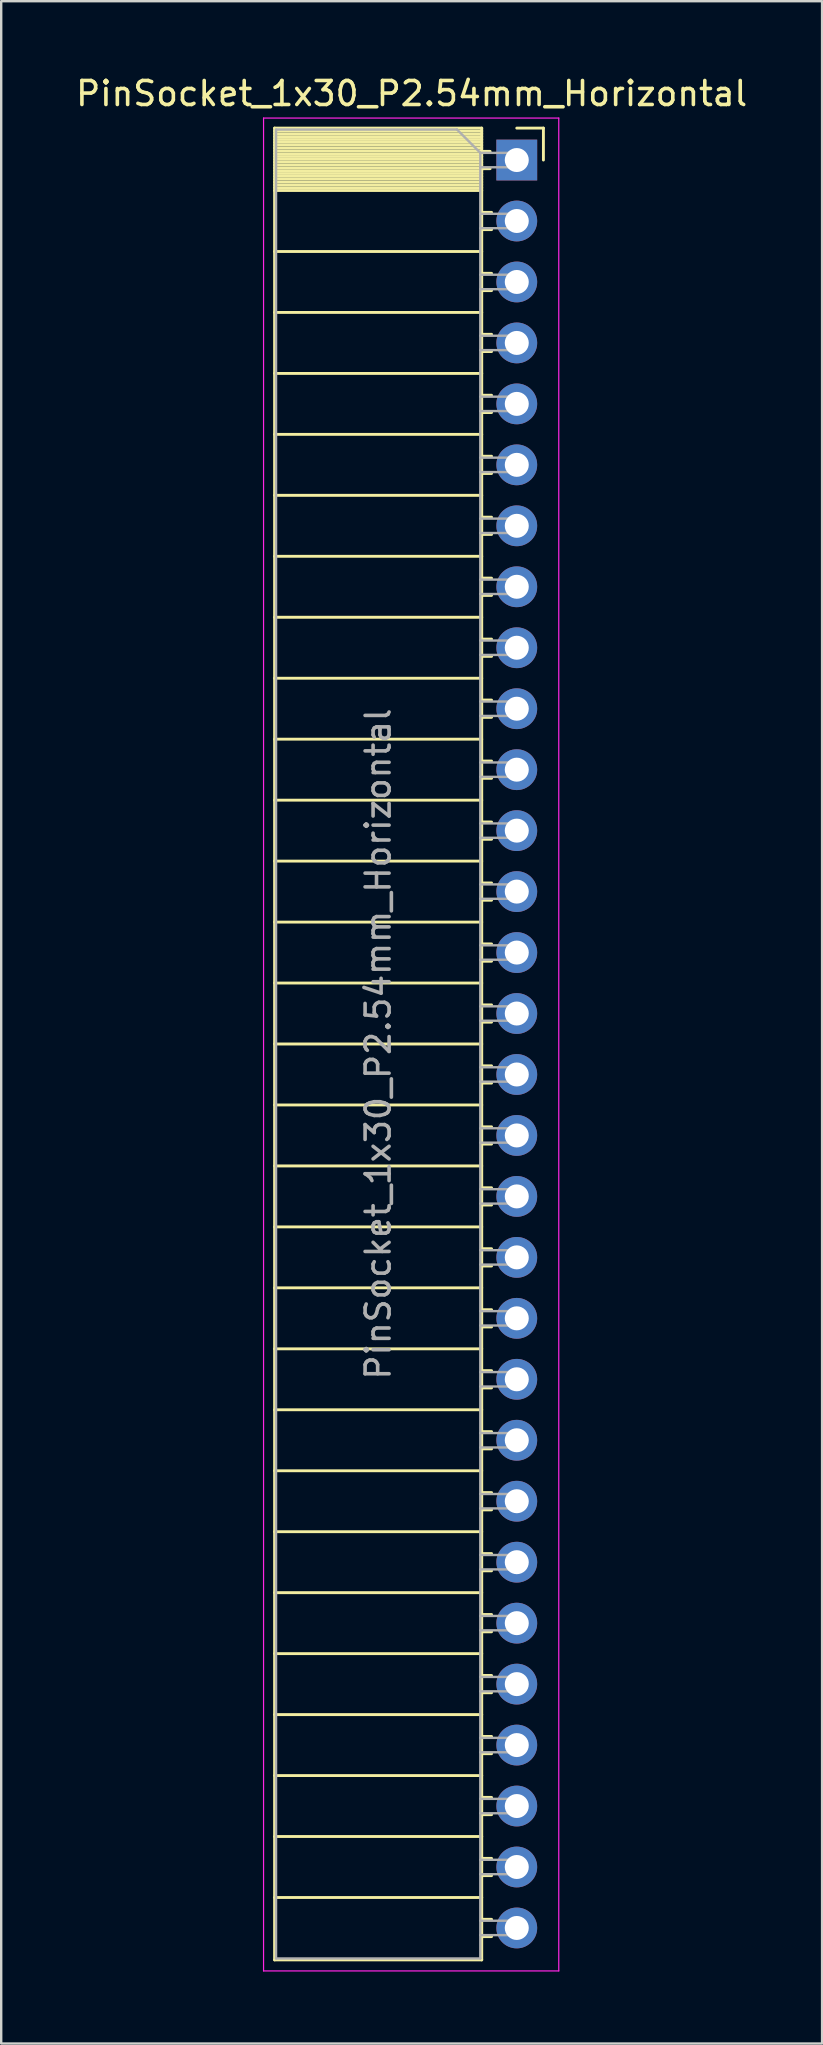
<source format=kicad_pcb>
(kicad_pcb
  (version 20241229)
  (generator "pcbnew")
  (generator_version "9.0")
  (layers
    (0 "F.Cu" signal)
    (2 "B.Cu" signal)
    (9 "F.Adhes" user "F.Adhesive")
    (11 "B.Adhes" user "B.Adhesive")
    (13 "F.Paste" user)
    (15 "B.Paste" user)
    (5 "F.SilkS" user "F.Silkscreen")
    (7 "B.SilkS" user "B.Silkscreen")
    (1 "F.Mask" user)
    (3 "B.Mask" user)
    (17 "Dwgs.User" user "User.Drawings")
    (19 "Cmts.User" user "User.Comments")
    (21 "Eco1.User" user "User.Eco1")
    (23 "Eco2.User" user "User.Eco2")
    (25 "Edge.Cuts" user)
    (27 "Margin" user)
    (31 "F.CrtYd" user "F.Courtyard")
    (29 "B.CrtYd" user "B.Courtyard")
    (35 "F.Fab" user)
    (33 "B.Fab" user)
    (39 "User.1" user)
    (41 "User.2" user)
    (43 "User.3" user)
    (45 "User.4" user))
  (footprint "PinSocket_1x30_P2.54mm_Horizontal"
    (layer "F.Cu")
    (at 18.481 3.618)
    (property "Reference" "PinSocket_1x30_P2.54mm_Horizontal" (at -4.38 -2.77 0) (layer "F.SilkS") (effects (font (size 1 1) (thickness 0.15))))
    (attr through_hole)
    (fp_line (start -10.09 -1.33) (end -10.09 74.99) (stroke (width 0.12) (type solid)) (layer "F.SilkS"))
    (fp_line (start -10.09 -1.33) (end -1.46 -1.33) (stroke (width 0.12) (type solid)) (layer "F.SilkS"))
    (fp_line (start -10.09 -1.21) (end -1.46 -1.21) (stroke (width 0.12) (type solid)) (layer "F.SilkS"))
    (fp_line (start -10.09 -1.092) (end -1.46 -1.092) (stroke (width 0.12) (type solid)) (layer "F.SilkS"))
    (fp_line (start -10.09 -0.974) (end -1.46 -0.974) (stroke (width 0.12) (type solid)) (layer "F.SilkS"))
    (fp_line (start -10.09 -0.856) (end -1.46 -0.856) (stroke (width 0.12) (type solid)) (layer "F.SilkS"))
    (fp_line (start -10.09 -0.738) (end -1.46 -0.738) (stroke (width 0.12) (type solid)) (layer "F.SilkS"))
    (fp_line (start -10.09 -0.62) (end -1.46 -0.62) (stroke (width 0.12) (type solid)) (layer "F.SilkS"))
    (fp_line (start -10.09 -0.501) (end -1.46 -0.501) (stroke (width 0.12) (type solid)) (layer "F.SilkS"))
    (fp_line (start -10.09 -0.383) (end -1.46 -0.383) (stroke (width 0.12) (type solid)) (layer "F.SilkS"))
    (fp_line (start -10.09 -0.265) (end -1.46 -0.265) (stroke (width 0.12) (type solid)) (layer "F.SilkS"))
    (fp_line (start -10.09 -0.147) (end -1.46 -0.147) (stroke (width 0.12) (type solid)) (layer "F.SilkS"))
    (fp_line (start -10.09 -0.029) (end -1.46 -0.029) (stroke (width 0.12) (type solid)) (layer "F.SilkS"))
    (fp_line (start -10.09 0.089) (end -1.46 0.089) (stroke (width 0.12) (type solid)) (layer "F.SilkS"))
    (fp_line (start -10.09 0.207) (end -1.46 0.207) (stroke (width 0.12) (type solid)) (layer "F.SilkS"))
    (fp_line (start -10.09 0.325) (end -1.46 0.325) (stroke (width 0.12) (type solid)) (layer "F.SilkS"))
    (fp_line (start -10.09 0.443) (end -1.46 0.443) (stroke (width 0.12) (type solid)) (layer "F.SilkS"))
    (fp_line (start -10.09 0.561) (end -1.46 0.561) (stroke (width 0.12) (type solid)) (layer "F.SilkS"))
    (fp_line (start -10.09 0.68) (end -1.46 0.68) (stroke (width 0.12) (type solid)) (layer "F.SilkS"))
    (fp_line (start -10.09 0.798) (end -1.46 0.798) (stroke (width 0.12) (type solid)) (layer "F.SilkS"))
    (fp_line (start -10.09 0.916) (end -1.46 0.916) (stroke (width 0.12) (type solid)) (layer "F.SilkS"))
    (fp_line (start -10.09 1.034) (end -1.46 1.034) (stroke (width 0.12) (type solid)) (layer "F.SilkS"))
    (fp_line (start -10.09 1.152) (end -1.46 1.152) (stroke (width 0.12) (type solid)) (layer "F.SilkS"))
    (fp_line (start -10.09 1.27) (end -1.46 1.27) (stroke (width 0.12) (type solid)) (layer "F.SilkS"))
    (fp_line (start -10.09 3.81) (end -1.46 3.81) (stroke (width 0.12) (type solid)) (layer "F.SilkS"))
    (fp_line (start -10.09 6.35) (end -1.46 6.35) (stroke (width 0.12) (type solid)) (layer "F.SilkS"))
    (fp_line (start -10.09 8.89) (end -1.46 8.89) (stroke (width 0.12) (type solid)) (layer "F.SilkS"))
    (fp_line (start -10.09 11.43) (end -1.46 11.43) (stroke (width 0.12) (type solid)) (layer "F.SilkS"))
    (fp_line (start -10.09 13.97) (end -1.46 13.97) (stroke (width 0.12) (type solid)) (layer "F.SilkS"))
    (fp_line (start -10.09 16.51) (end -1.46 16.51) (stroke (width 0.12) (type solid)) (layer "F.SilkS"))
    (fp_line (start -10.09 19.05) (end -1.46 19.05) (stroke (width 0.12) (type solid)) (layer "F.SilkS"))
    (fp_line (start -10.09 21.59) (end -1.46 21.59) (stroke (width 0.12) (type solid)) (layer "F.SilkS"))
    (fp_line (start -10.09 24.13) (end -1.46 24.13) (stroke (width 0.12) (type solid)) (layer "F.SilkS"))
    (fp_line (start -10.09 26.67) (end -1.46 26.67) (stroke (width 0.12) (type solid)) (layer "F.SilkS"))
    (fp_line (start -10.09 29.21) (end -1.46 29.21) (stroke (width 0.12) (type solid)) (layer "F.SilkS"))
    (fp_line (start -10.09 31.75) (end -1.46 31.75) (stroke (width 0.12) (type solid)) (layer "F.SilkS"))
    (fp_line (start -10.09 34.29) (end -1.46 34.29) (stroke (width 0.12) (type solid)) (layer "F.SilkS"))
    (fp_line (start -10.09 36.83) (end -1.46 36.83) (stroke (width 0.12) (type solid)) (layer "F.SilkS"))
    (fp_line (start -10.09 39.37) (end -1.46 39.37) (stroke (width 0.12) (type solid)) (layer "F.SilkS"))
    (fp_line (start -10.09 41.91) (end -1.46 41.91) (stroke (width 0.12) (type solid)) (layer "F.SilkS"))
    (fp_line (start -10.09 44.45) (end -1.46 44.45) (stroke (width 0.12) (type solid)) (layer "F.SilkS"))
    (fp_line (start -10.09 46.99) (end -1.46 46.99) (stroke (width 0.12) (type solid)) (layer "F.SilkS"))
    (fp_line (start -10.09 49.53) (end -1.46 49.53) (stroke (width 0.12) (type solid)) (layer "F.SilkS"))
    (fp_line (start -10.09 52.07) (end -1.46 52.07) (stroke (width 0.12) (type solid)) (layer "F.SilkS"))
    (fp_line (start -10.09 54.61) (end -1.46 54.61) (stroke (width 0.12) (type solid)) (layer "F.SilkS"))
    (fp_line (start -10.09 57.15) (end -1.46 57.15) (stroke (width 0.12) (type solid)) (layer "F.SilkS"))
    (fp_line (start -10.09 59.69) (end -1.46 59.69) (stroke (width 0.12) (type solid)) (layer "F.SilkS"))
    (fp_line (start -10.09 62.23) (end -1.46 62.23) (stroke (width 0.12) (type solid)) (layer "F.SilkS"))
    (fp_line (start -10.09 64.77) (end -1.46 64.77) (stroke (width 0.12) (type solid)) (layer "F.SilkS"))
    (fp_line (start -10.09 67.31) (end -1.46 67.31) (stroke (width 0.12) (type solid)) (layer "F.SilkS"))
    (fp_line (start -10.09 69.85) (end -1.46 69.85) (stroke (width 0.12) (type solid)) (layer "F.SilkS"))
    (fp_line (start -10.09 72.39) (end -1.46 72.39) (stroke (width 0.12) (type solid)) (layer "F.SilkS"))
    (fp_line (start -10.09 74.99) (end -1.46 74.99) (stroke (width 0.12) (type solid)) (layer "F.SilkS"))
    (fp_line (start -1.46 -1.33) (end -1.46 74.99) (stroke (width 0.12) (type solid)) (layer "F.SilkS"))
    (fp_line (start -1.46 -0.36) (end -1.11 -0.36) (stroke (width 0.12) (type solid)) (layer "F.SilkS"))
    (fp_line (start -1.46 0.36) (end -1.11 0.36) (stroke (width 0.12) (type solid)) (layer "F.SilkS"))
    (fp_line (start -1.46 2.18) (end -1.05 2.18) (stroke (width 0.12) (type solid)) (layer "F.SilkS"))
    (fp_line (start -1.46 2.9) (end -1.05 2.9) (stroke (width 0.12) (type solid)) (layer "F.SilkS"))
    (fp_line (start -1.46 4.72) (end -1.05 4.72) (stroke (width 0.12) (type solid)) (layer "F.SilkS"))
    (fp_line (start -1.46 5.44) (end -1.05 5.44) (stroke (width 0.12) (type solid)) (layer "F.SilkS"))
    (fp_line (start -1.46 7.26) (end -1.05 7.26) (stroke (width 0.12) (type solid)) (layer "F.SilkS"))
    (fp_line (start -1.46 7.98) (end -1.05 7.98) (stroke (width 0.12) (type solid)) (layer "F.SilkS"))
    (fp_line (start -1.46 9.8) (end -1.05 9.8) (stroke (width 0.12) (type solid)) (layer "F.SilkS"))
    (fp_line (start -1.46 10.52) (end -1.05 10.52) (stroke (width 0.12) (type solid)) (layer "F.SilkS"))
    (fp_line (start -1.46 12.34) (end -1.05 12.34) (stroke (width 0.12) (type solid)) (layer "F.SilkS"))
    (fp_line (start -1.46 13.06) (end -1.05 13.06) (stroke (width 0.12) (type solid)) (layer "F.SilkS"))
    (fp_line (start -1.46 14.88) (end -1.05 14.88) (stroke (width 0.12) (type solid)) (layer "F.SilkS"))
    (fp_line (start -1.46 15.6) (end -1.05 15.6) (stroke (width 0.12) (type solid)) (layer "F.SilkS"))
    (fp_line (start -1.46 17.42) (end -1.05 17.42) (stroke (width 0.12) (type solid)) (layer "F.SilkS"))
    (fp_line (start -1.46 18.14) (end -1.05 18.14) (stroke (width 0.12) (type solid)) (layer "F.SilkS"))
    (fp_line (start -1.46 19.96) (end -1.05 19.96) (stroke (width 0.12) (type solid)) (layer "F.SilkS"))
    (fp_line (start -1.46 20.68) (end -1.05 20.68) (stroke (width 0.12) (type solid)) (layer "F.SilkS"))
    (fp_line (start -1.46 22.5) (end -1.05 22.5) (stroke (width 0.12) (type solid)) (layer "F.SilkS"))
    (fp_line (start -1.46 23.22) (end -1.05 23.22) (stroke (width 0.12) (type solid)) (layer "F.SilkS"))
    (fp_line (start -1.46 25.04) (end -1.05 25.04) (stroke (width 0.12) (type solid)) (layer "F.SilkS"))
    (fp_line (start -1.46 25.76) (end -1.05 25.76) (stroke (width 0.12) (type solid)) (layer "F.SilkS"))
    (fp_line (start -1.46 27.58) (end -1.05 27.58) (stroke (width 0.12) (type solid)) (layer "F.SilkS"))
    (fp_line (start -1.46 28.3) (end -1.05 28.3) (stroke (width 0.12) (type solid)) (layer "F.SilkS"))
    (fp_line (start -1.46 30.12) (end -1.05 30.12) (stroke (width 0.12) (type solid)) (layer "F.SilkS"))
    (fp_line (start -1.46 30.84) (end -1.05 30.84) (stroke (width 0.12) (type solid)) (layer "F.SilkS"))
    (fp_line (start -1.46 32.66) (end -1.05 32.66) (stroke (width 0.12) (type solid)) (layer "F.SilkS"))
    (fp_line (start -1.46 33.38) (end -1.05 33.38) (stroke (width 0.12) (type solid)) (layer "F.SilkS"))
    (fp_line (start -1.46 35.2) (end -1.05 35.2) (stroke (width 0.12) (type solid)) (layer "F.SilkS"))
    (fp_line (start -1.46 35.92) (end -1.05 35.92) (stroke (width 0.12) (type solid)) (layer "F.SilkS"))
    (fp_line (start -1.46 37.74) (end -1.05 37.74) (stroke (width 0.12) (type solid)) (layer "F.SilkS"))
    (fp_line (start -1.46 38.46) (end -1.05 38.46) (stroke (width 0.12) (type solid)) (layer "F.SilkS"))
    (fp_line (start -1.46 40.28) (end -1.05 40.28) (stroke (width 0.12) (type solid)) (layer "F.SilkS"))
    (fp_line (start -1.46 41) (end -1.05 41) (stroke (width 0.12) (type solid)) (layer "F.SilkS"))
    (fp_line (start -1.46 42.82) (end -1.05 42.82) (stroke (width 0.12) (type solid)) (layer "F.SilkS"))
    (fp_line (start -1.46 43.54) (end -1.05 43.54) (stroke (width 0.12) (type solid)) (layer "F.SilkS"))
    (fp_line (start -1.46 45.36) (end -1.05 45.36) (stroke (width 0.12) (type solid)) (layer "F.SilkS"))
    (fp_line (start -1.46 46.08) (end -1.05 46.08) (stroke (width 0.12) (type solid)) (layer "F.SilkS"))
    (fp_line (start -1.46 47.9) (end -1.05 47.9) (stroke (width 0.12) (type solid)) (layer "F.SilkS"))
    (fp_line (start -1.46 48.62) (end -1.05 48.62) (stroke (width 0.12) (type solid)) (layer "F.SilkS"))
    (fp_line (start -1.46 50.44) (end -1.05 50.44) (stroke (width 0.12) (type solid)) (layer "F.SilkS"))
    (fp_line (start -1.46 51.16) (end -1.05 51.16) (stroke (width 0.12) (type solid)) (layer "F.SilkS"))
    (fp_line (start -1.46 52.98) (end -1.05 52.98) (stroke (width 0.12) (type solid)) (layer "F.SilkS"))
    (fp_line (start -1.46 53.7) (end -1.05 53.7) (stroke (width 0.12) (type solid)) (layer "F.SilkS"))
    (fp_line (start -1.46 55.52) (end -1.05 55.52) (stroke (width 0.12) (type solid)) (layer "F.SilkS"))
    (fp_line (start -1.46 56.24) (end -1.05 56.24) (stroke (width 0.12) (type solid)) (layer "F.SilkS"))
    (fp_line (start -1.46 58.06) (end -1.05 58.06) (stroke (width 0.12) (type solid)) (layer "F.SilkS"))
    (fp_line (start -1.46 58.78) (end -1.05 58.78) (stroke (width 0.12) (type solid)) (layer "F.SilkS"))
    (fp_line (start -1.46 60.6) (end -1.05 60.6) (stroke (width 0.12) (type solid)) (layer "F.SilkS"))
    (fp_line (start -1.46 61.32) (end -1.05 61.32) (stroke (width 0.12) (type solid)) (layer "F.SilkS"))
    (fp_line (start -1.46 63.14) (end -1.05 63.14) (stroke (width 0.12) (type solid)) (layer "F.SilkS"))
    (fp_line (start -1.46 63.86) (end -1.05 63.86) (stroke (width 0.12) (type solid)) (layer "F.SilkS"))
    (fp_line (start -1.46 65.68) (end -1.05 65.68) (stroke (width 0.12) (type solid)) (layer "F.SilkS"))
    (fp_line (start -1.46 66.4) (end -1.05 66.4) (stroke (width 0.12) (type solid)) (layer "F.SilkS"))
    (fp_line (start -1.46 68.22) (end -1.05 68.22) (stroke (width 0.12) (type solid)) (layer "F.SilkS"))
    (fp_line (start -1.46 68.94) (end -1.05 68.94) (stroke (width 0.12) (type solid)) (layer "F.SilkS"))
    (fp_line (start -1.46 70.76) (end -1.05 70.76) (stroke (width 0.12) (type solid)) (layer "F.SilkS"))
    (fp_line (start -1.46 71.48) (end -1.05 71.48) (stroke (width 0.12) (type solid)) (layer "F.SilkS"))
    (fp_line (start -1.46 73.3) (end -1.05 73.3) (stroke (width 0.12) (type solid)) (layer "F.SilkS"))
    (fp_line (start -1.46 74.02) (end -1.05 74.02) (stroke (width 0.12) (type solid)) (layer "F.SilkS"))
    (fp_line (start 0 -1.33) (end 1.11 -1.33) (stroke (width 0.12) (type solid)) (layer "F.SilkS"))
    (fp_line (start 1.11 -1.33) (end 1.11 0) (stroke (width 0.12) (type solid)) (layer "F.SilkS"))
    (fp_line (start -10.55 -1.75) (end -10.55 75.45) (stroke (width 0.05) (type solid)) (layer "F.CrtYd"))
    (fp_line (start -10.55 75.45) (end 1.75 75.45) (stroke (width 0.05) (type solid)) (layer "F.CrtYd"))
    (fp_line (start 1.75 -1.75) (end -10.55 -1.75) (stroke (width 0.05) (type solid)) (layer "F.CrtYd"))
    (fp_line (start 1.75 75.45) (end 1.75 -1.75) (stroke (width 0.05) (type solid)) (layer "F.CrtYd"))
    (fp_line (start -10.03 -1.27) (end -2.49 -1.27) (stroke (width 0.1) (type solid)) (layer "F.Fab"))
    (fp_line (start -10.03 74.93) (end -10.03 -1.27) (stroke (width 0.1) (type solid)) (layer "F.Fab"))
    (fp_line (start -2.49 -1.27) (end -1.52 -0.3) (stroke (width 0.1) (type solid)) (layer "F.Fab"))
    (fp_line (start -1.52 -0.3) (end -1.52 74.93) (stroke (width 0.1) (type solid)) (layer "F.Fab"))
    (fp_line (start -1.52 0.3) (end 0 0.3) (stroke (width 0.1) (type solid)) (layer "F.Fab"))
    (fp_line (start -1.52 2.84) (end 0 2.84) (stroke (width 0.1) (type solid)) (layer "F.Fab"))
    (fp_line (start -1.52 5.38) (end 0 5.38) (stroke (width 0.1) (type solid)) (layer "F.Fab"))
    (fp_line (start -1.52 7.92) (end 0 7.92) (stroke (width 0.1) (type solid)) (layer "F.Fab"))
    (fp_line (start -1.52 10.46) (end 0 10.46) (stroke (width 0.1) (type solid)) (layer "F.Fab"))
    (fp_line (start -1.52 13) (end 0 13) (stroke (width 0.1) (type solid)) (layer "F.Fab"))
    (fp_line (start -1.52 15.54) (end 0 15.54) (stroke (width 0.1) (type solid)) (layer "F.Fab"))
    (fp_line (start -1.52 18.08) (end 0 18.08) (stroke (width 0.1) (type solid)) (layer "F.Fab"))
    (fp_line (start -1.52 20.62) (end 0 20.62) (stroke (width 0.1) (type solid)) (layer "F.Fab"))
    (fp_line (start -1.52 23.16) (end 0 23.16) (stroke (width 0.1) (type solid)) (layer "F.Fab"))
    (fp_line (start -1.52 25.7) (end 0 25.7) (stroke (width 0.1) (type solid)) (layer "F.Fab"))
    (fp_line (start -1.52 28.24) (end 0 28.24) (stroke (width 0.1) (type solid)) (layer "F.Fab"))
    (fp_line (start -1.52 30.78) (end 0 30.78) (stroke (width 0.1) (type solid)) (layer "F.Fab"))
    (fp_line (start -1.52 33.32) (end 0 33.32) (stroke (width 0.1) (type solid)) (layer "F.Fab"))
    (fp_line (start -1.52 35.86) (end 0 35.86) (stroke (width 0.1) (type solid)) (layer "F.Fab"))
    (fp_line (start -1.52 38.4) (end 0 38.4) (stroke (width 0.1) (type solid)) (layer "F.Fab"))
    (fp_line (start -1.52 40.94) (end 0 40.94) (stroke (width 0.1) (type solid)) (layer "F.Fab"))
    (fp_line (start -1.52 43.48) (end 0 43.48) (stroke (width 0.1) (type solid)) (layer "F.Fab"))
    (fp_line (start -1.52 46.02) (end 0 46.02) (stroke (width 0.1) (type solid)) (layer "F.Fab"))
    (fp_line (start -1.52 48.56) (end 0 48.56) (stroke (width 0.1) (type solid)) (layer "F.Fab"))
    (fp_line (start -1.52 51.1) (end 0 51.1) (stroke (width 0.1) (type solid)) (layer "F.Fab"))
    (fp_line (start -1.52 53.64) (end 0 53.64) (stroke (width 0.1) (type solid)) (layer "F.Fab"))
    (fp_line (start -1.52 56.18) (end 0 56.18) (stroke (width 0.1) (type solid)) (layer "F.Fab"))
    (fp_line (start -1.52 58.72) (end 0 58.72) (stroke (width 0.1) (type solid)) (layer "F.Fab"))
    (fp_line (start -1.52 61.26) (end 0 61.26) (stroke (width 0.1) (type solid)) (layer "F.Fab"))
    (fp_line (start -1.52 63.8) (end 0 63.8) (stroke (width 0.1) (type solid)) (layer "F.Fab"))
    (fp_line (start -1.52 66.34) (end 0 66.34) (stroke (width 0.1) (type solid)) (layer "F.Fab"))
    (fp_line (start -1.52 68.88) (end 0 68.88) (stroke (width 0.1) (type solid)) (layer "F.Fab"))
    (fp_line (start -1.52 71.42) (end 0 71.42) (stroke (width 0.1) (type solid)) (layer "F.Fab"))
    (fp_line (start -1.52 73.96) (end 0 73.96) (stroke (width 0.1) (type solid)) (layer "F.Fab"))
    (fp_line (start -1.52 74.93) (end -10.03 74.93) (stroke (width 0.1) (type solid)) (layer "F.Fab"))
    (fp_line (start 0 -0.3) (end -1.52 -0.3) (stroke (width 0.1) (type solid)) (layer "F.Fab"))
    (fp_line (start 0 0.3) (end 0 -0.3) (stroke (width 0.1) (type solid)) (layer "F.Fab"))
    (fp_line (start 0 2.24) (end -1.52 2.24) (stroke (width 0.1) (type solid)) (layer "F.Fab"))
    (fp_line (start 0 2.84) (end 0 2.24) (stroke (width 0.1) (type solid)) (layer "F.Fab"))
    (fp_line (start 0 4.78) (end -1.52 4.78) (stroke (width 0.1) (type solid)) (layer "F.Fab"))
    (fp_line (start 0 5.38) (end 0 4.78) (stroke (width 0.1) (type solid)) (layer "F.Fab"))
    (fp_line (start 0 7.32) (end -1.52 7.32) (stroke (width 0.1) (type solid)) (layer "F.Fab"))
    (fp_line (start 0 7.92) (end 0 7.32) (stroke (width 0.1) (type solid)) (layer "F.Fab"))
    (fp_line (start 0 9.86) (end -1.52 9.86) (stroke (width 0.1) (type solid)) (layer "F.Fab"))
    (fp_line (start 0 10.46) (end 0 9.86) (stroke (width 0.1) (type solid)) (layer "F.Fab"))
    (fp_line (start 0 12.4) (end -1.52 12.4) (stroke (width 0.1) (type solid)) (layer "F.Fab"))
    (fp_line (start 0 13) (end 0 12.4) (stroke (width 0.1) (type solid)) (layer "F.Fab"))
    (fp_line (start 0 14.94) (end -1.52 14.94) (stroke (width 0.1) (type solid)) (layer "F.Fab"))
    (fp_line (start 0 15.54) (end 0 14.94) (stroke (width 0.1) (type solid)) (layer "F.Fab"))
    (fp_line (start 0 17.48) (end -1.52 17.48) (stroke (width 0.1) (type solid)) (layer "F.Fab"))
    (fp_line (start 0 18.08) (end 0 17.48) (stroke (width 0.1) (type solid)) (layer "F.Fab"))
    (fp_line (start 0 20.02) (end -1.52 20.02) (stroke (width 0.1) (type solid)) (layer "F.Fab"))
    (fp_line (start 0 20.62) (end 0 20.02) (stroke (width 0.1) (type solid)) (layer "F.Fab"))
    (fp_line (start 0 22.56) (end -1.52 22.56) (stroke (width 0.1) (type solid)) (layer "F.Fab"))
    (fp_line (start 0 23.16) (end 0 22.56) (stroke (width 0.1) (type solid)) (layer "F.Fab"))
    (fp_line (start 0 25.1) (end -1.52 25.1) (stroke (width 0.1) (type solid)) (layer "F.Fab"))
    (fp_line (start 0 25.7) (end 0 25.1) (stroke (width 0.1) (type solid)) (layer "F.Fab"))
    (fp_line (start 0 27.64) (end -1.52 27.64) (stroke (width 0.1) (type solid)) (layer "F.Fab"))
    (fp_line (start 0 28.24) (end 0 27.64) (stroke (width 0.1) (type solid)) (layer "F.Fab"))
    (fp_line (start 0 30.18) (end -1.52 30.18) (stroke (width 0.1) (type solid)) (layer "F.Fab"))
    (fp_line (start 0 30.78) (end 0 30.18) (stroke (width 0.1) (type solid)) (layer "F.Fab"))
    (fp_line (start 0 32.72) (end -1.52 32.72) (stroke (width 0.1) (type solid)) (layer "F.Fab"))
    (fp_line (start 0 33.32) (end 0 32.72) (stroke (width 0.1) (type solid)) (layer "F.Fab"))
    (fp_line (start 0 35.26) (end -1.52 35.26) (stroke (width 0.1) (type solid)) (layer "F.Fab"))
    (fp_line (start 0 35.86) (end 0 35.26) (stroke (width 0.1) (type solid)) (layer "F.Fab"))
    (fp_line (start 0 37.8) (end -1.52 37.8) (stroke (width 0.1) (type solid)) (layer "F.Fab"))
    (fp_line (start 0 38.4) (end 0 37.8) (stroke (width 0.1) (type solid)) (layer "F.Fab"))
    (fp_line (start 0 40.34) (end -1.52 40.34) (stroke (width 0.1) (type solid)) (layer "F.Fab"))
    (fp_line (start 0 40.94) (end 0 40.34) (stroke (width 0.1) (type solid)) (layer "F.Fab"))
    (fp_line (start 0 42.88) (end -1.52 42.88) (stroke (width 0.1) (type solid)) (layer "F.Fab"))
    (fp_line (start 0 43.48) (end 0 42.88) (stroke (width 0.1) (type solid)) (layer "F.Fab"))
    (fp_line (start 0 45.42) (end -1.52 45.42) (stroke (width 0.1) (type solid)) (layer "F.Fab"))
    (fp_line (start 0 46.02) (end 0 45.42) (stroke (width 0.1) (type solid)) (layer "F.Fab"))
    (fp_line (start 0 47.96) (end -1.52 47.96) (stroke (width 0.1) (type solid)) (layer "F.Fab"))
    (fp_line (start 0 48.56) (end 0 47.96) (stroke (width 0.1) (type solid)) (layer "F.Fab"))
    (fp_line (start 0 50.5) (end -1.52 50.5) (stroke (width 0.1) (type solid)) (layer "F.Fab"))
    (fp_line (start 0 51.1) (end 0 50.5) (stroke (width 0.1) (type solid)) (layer "F.Fab"))
    (fp_line (start 0 53.04) (end -1.52 53.04) (stroke (width 0.1) (type solid)) (layer "F.Fab"))
    (fp_line (start 0 53.64) (end 0 53.04) (stroke (width 0.1) (type solid)) (layer "F.Fab"))
    (fp_line (start 0 55.58) (end -1.52 55.58) (stroke (width 0.1) (type solid)) (layer "F.Fab"))
    (fp_line (start 0 56.18) (end 0 55.58) (stroke (width 0.1) (type solid)) (layer "F.Fab"))
    (fp_line (start 0 58.12) (end -1.52 58.12) (stroke (width 0.1) (type solid)) (layer "F.Fab"))
    (fp_line (start 0 58.72) (end 0 58.12) (stroke (width 0.1) (type solid)) (layer "F.Fab"))
    (fp_line (start 0 60.66) (end -1.52 60.66) (stroke (width 0.1) (type solid)) (layer "F.Fab"))
    (fp_line (start 0 61.26) (end 0 60.66) (stroke (width 0.1) (type solid)) (layer "F.Fab"))
    (fp_line (start 0 63.2) (end -1.52 63.2) (stroke (width 0.1) (type solid)) (layer "F.Fab"))
    (fp_line (start 0 63.8) (end 0 63.2) (stroke (width 0.1) (type solid)) (layer "F.Fab"))
    (fp_line (start 0 65.74) (end -1.52 65.74) (stroke (width 0.1) (type solid)) (layer "F.Fab"))
    (fp_line (start 0 66.34) (end 0 65.74) (stroke (width 0.1) (type solid)) (layer "F.Fab"))
    (fp_line (start 0 68.28) (end -1.52 68.28) (stroke (width 0.1) (type solid)) (layer "F.Fab"))
    (fp_line (start 0 68.88) (end 0 68.28) (stroke (width 0.1) (type solid)) (layer "F.Fab"))
    (fp_line (start 0 70.82) (end -1.52 70.82) (stroke (width 0.1) (type solid)) (layer "F.Fab"))
    (fp_line (start 0 71.42) (end 0 70.82) (stroke (width 0.1) (type solid)) (layer "F.Fab"))
    (fp_line (start 0 73.36) (end -1.52 73.36) (stroke (width 0.1) (type solid)) (layer "F.Fab"))
    (fp_line (start 0 73.96) (end 0 73.36) (stroke (width 0.1) (type solid)) (layer "F.Fab"))
    (fp_text user "${REFERENCE}" (at -5.775 36.83 90) (layer "F.Fab") (effects (font (size 1 1) (thickness 0.15))))
    (pad "1" thru_hole rect (at 0 0) (size 1.7 1.7) (drill 1) (layers "*.Cu" "*.Mask"))
    (pad "2" thru_hole circle (at 0 2.54) (size 1.7 1.7) (drill 1) (layers "*.Cu" "*.Mask"))
    (pad "3" thru_hole circle (at 0 5.08) (size 1.7 1.7) (drill 1) (layers "*.Cu" "*.Mask"))
    (pad "4" thru_hole circle (at 0 7.62) (size 1.7 1.7) (drill 1) (layers "*.Cu" "*.Mask"))
    (pad "5" thru_hole circle (at 0 10.16) (size 1.7 1.7) (drill 1) (layers "*.Cu" "*.Mask"))
    (pad "6" thru_hole circle (at 0 12.7) (size 1.7 1.7) (drill 1) (layers "*.Cu" "*.Mask"))
    (pad "7" thru_hole circle (at 0 15.24) (size 1.7 1.7) (drill 1) (layers "*.Cu" "*.Mask"))
    (pad "8" thru_hole circle (at 0 17.78) (size 1.7 1.7) (drill 1) (layers "*.Cu" "*.Mask"))
    (pad "9" thru_hole circle (at 0 20.32) (size 1.7 1.7) (drill 1) (layers "*.Cu" "*.Mask"))
    (pad "10" thru_hole circle (at 0 22.86) (size 1.7 1.7) (drill 1) (layers "*.Cu" "*.Mask"))
    (pad "11" thru_hole circle (at 0 25.4) (size 1.7 1.7) (drill 1) (layers "*.Cu" "*.Mask"))
    (pad "12" thru_hole circle (at 0 27.94) (size 1.7 1.7) (drill 1) (layers "*.Cu" "*.Mask"))
    (pad "13" thru_hole circle (at 0 30.48) (size 1.7 1.7) (drill 1) (layers "*.Cu" "*.Mask"))
    (pad "14" thru_hole circle (at 0 33.02) (size 1.7 1.7) (drill 1) (layers "*.Cu" "*.Mask"))
    (pad "15" thru_hole circle (at 0 35.56) (size 1.7 1.7) (drill 1) (layers "*.Cu" "*.Mask"))
    (pad "16" thru_hole circle (at 0 38.1) (size 1.7 1.7) (drill 1) (layers "*.Cu" "*.Mask"))
    (pad "17" thru_hole circle (at 0 40.64) (size 1.7 1.7) (drill 1) (layers "*.Cu" "*.Mask"))
    (pad "18" thru_hole circle (at 0 43.18) (size 1.7 1.7) (drill 1) (layers "*.Cu" "*.Mask"))
    (pad "19" thru_hole circle (at 0 45.72) (size 1.7 1.7) (drill 1) (layers "*.Cu" "*.Mask"))
    (pad "20" thru_hole circle (at 0 48.26) (size 1.7 1.7) (drill 1) (layers "*.Cu" "*.Mask"))
    (pad "21" thru_hole circle (at 0 50.8) (size 1.7 1.7) (drill 1) (layers "*.Cu" "*.Mask"))
    (pad "22" thru_hole circle (at 0 53.34) (size 1.7 1.7) (drill 1) (layers "*.Cu" "*.Mask"))
    (pad "23" thru_hole circle (at 0 55.88) (size 1.7 1.7) (drill 1) (layers "*.Cu" "*.Mask"))
    (pad "24" thru_hole circle (at 0 58.42) (size 1.7 1.7) (drill 1) (layers "*.Cu" "*.Mask"))
    (pad "25" thru_hole circle (at 0 60.96) (size 1.7 1.7) (drill 1) (layers "*.Cu" "*.Mask"))
    (pad "26" thru_hole circle (at 0 63.5) (size 1.7 1.7) (drill 1) (layers "*.Cu" "*.Mask"))
    (pad "27" thru_hole circle (at 0 66.04) (size 1.7 1.7) (drill 1) (layers "*.Cu" "*.Mask"))
    (pad "28" thru_hole circle (at 0 68.58) (size 1.7 1.7) (drill 1) (layers "*.Cu" "*.Mask"))
    (pad "29" thru_hole circle (at 0 71.12) (size 1.7 1.7) (drill 1) (layers "*.Cu" "*.Mask"))
    (pad "30" thru_hole circle (at 0 73.66) (size 1.7 1.7) (drill 1) (layers "*.Cu" "*.Mask")))
  (gr_rect
    (start -3 -3)
    (end 31.202 82.093)
    (stroke (width 0.1) (type default))
    (fill no)
    (layer "Edge.Cuts")))
</source>
